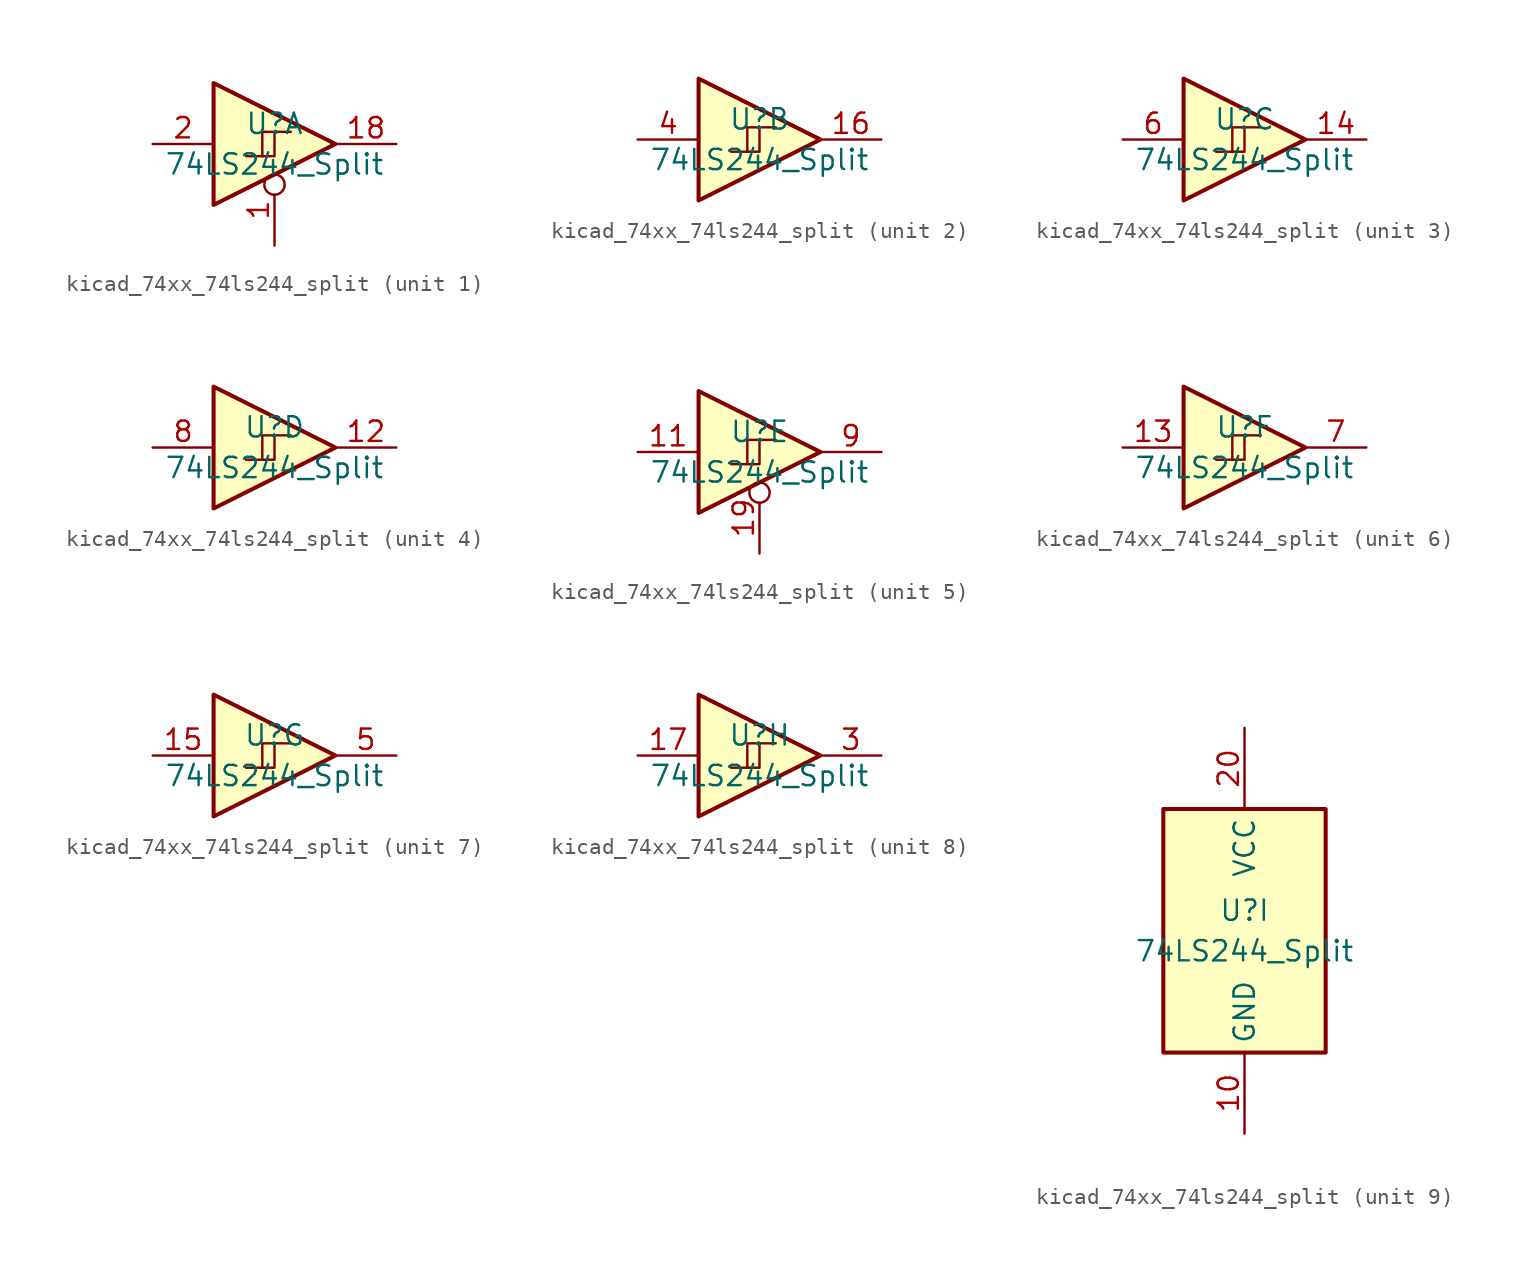
<source format=kicad_sym>
(kicad_symbol_lib
  (version 20220914)
  (generator kicad_symbol_editor)
  (symbol "kicad_74xx_74ls244_split"
    (property "Reference" "U"
      (at 0 1.27 0)
      (effects (font (size 1.27 1.27))))
    (property "Value" "74LS244_Split"
      (at 0 -1.27 0)
      (effects (font (size 1.27 1.27))))
    (property "ki_locked" ""
      (at 0 0 0)
      (effects (font (size 1.27 1.27))))
    (symbol "kicad_74xx_74ls244_split_1_0"
      (polyline (pts (xy -3.81 3.81) (xy -3.81 -3.81) (xy 3.81 0) (xy -3.81 3.81)) (stroke (width 0.254) (type default)) (fill (type background)))
      (pin input inverted (at 0 -6.35 90) (length 4.445) (name "~" (effects (font (size 1.27 1.27)))) (number "1" (effects (font (size 1.27 1.27)))))
      (pin tri_state line (at 7.62 0 180) (length 3.81) (name "~" (effects (font (size 1.27 1.27)))) (number "18" (effects (font (size 1.27 1.27)))))
      (pin input line (at -7.62 0 0) (length 3.81) (name "~" (effects (font (size 1.27 1.27)))) (number "2" (effects (font (size 1.27 1.27))))))
    (symbol "kicad_74xx_74ls244_split_1_1"
      (polyline (pts (xy 0 0.762) (xy 0 -0.762) (xy -1.778 -0.762)) (stroke (width 0) (type default)) (fill (type none)))
      (polyline (pts (xy 1.016 0.762) (xy -0.762 0.762) (xy -0.762 -0.762)) (stroke (width 0) (type default)) (fill (type none))))
    (symbol "kicad_74xx_74ls244_split_2_0"
      (polyline (pts (xy -3.81 3.81) (xy -3.81 -3.81) (xy 3.81 0) (xy -3.81 3.81)) (stroke (width 0.254) (type default)) (fill (type background)))
      (pin tri_state line (at 7.62 0 180) (length 3.81) (name "~" (effects (font (size 1.27 1.27)))) (number "16" (effects (font (size 1.27 1.27)))))
      (pin input line (at -7.62 0 0) (length 3.81) (name "~" (effects (font (size 1.27 1.27)))) (number "4" (effects (font (size 1.27 1.27))))))
    (symbol "kicad_74xx_74ls244_split_2_1"
      (polyline (pts (xy 0 0.762) (xy 0 -0.762) (xy -1.778 -0.762)) (stroke (width 0) (type default)) (fill (type none)))
      (polyline (pts (xy 1.016 0.762) (xy -0.762 0.762) (xy -0.762 -0.762)) (stroke (width 0) (type default)) (fill (type none))))
    (symbol "kicad_74xx_74ls244_split_3_0"
      (polyline (pts (xy -3.81 3.81) (xy -3.81 -3.81) (xy 3.81 0) (xy -3.81 3.81)) (stroke (width 0.254) (type default)) (fill (type background)))
      (pin tri_state line (at 7.62 0 180) (length 3.81) (name "~" (effects (font (size 1.27 1.27)))) (number "14" (effects (font (size 1.27 1.27)))))
      (pin input line (at -7.62 0 0) (length 3.81) (name "~" (effects (font (size 1.27 1.27)))) (number "6" (effects (font (size 1.27 1.27))))))
    (symbol "kicad_74xx_74ls244_split_3_1"
      (polyline (pts (xy 0 0.762) (xy 0 -0.762) (xy -1.778 -0.762)) (stroke (width 0) (type default)) (fill (type none)))
      (polyline (pts (xy 1.016 0.762) (xy -0.762 0.762) (xy -0.762 -0.762)) (stroke (width 0) (type default)) (fill (type none))))
    (symbol "kicad_74xx_74ls244_split_4_0"
      (polyline (pts (xy -3.81 3.81) (xy -3.81 -3.81) (xy 3.81 0) (xy -3.81 3.81)) (stroke (width 0.254) (type default)) (fill (type background)))
      (pin tri_state line (at 7.62 0 180) (length 3.81) (name "~" (effects (font (size 1.27 1.27)))) (number "12" (effects (font (size 1.27 1.27)))))
      (pin input line (at -7.62 0 0) (length 3.81) (name "~" (effects (font (size 1.27 1.27)))) (number "8" (effects (font (size 1.27 1.27))))))
    (symbol "kicad_74xx_74ls244_split_4_1"
      (polyline (pts (xy 0 0.762) (xy 0 -0.762) (xy -1.778 -0.762)) (stroke (width 0) (type default)) (fill (type none)))
      (polyline (pts (xy 1.016 0.762) (xy -0.762 0.762) (xy -0.762 -0.762)) (stroke (width 0) (type default)) (fill (type none))))
    (symbol "kicad_74xx_74ls244_split_5_0"
      (polyline (pts (xy -3.81 3.81) (xy -3.81 -3.81) (xy 3.81 0) (xy -3.81 3.81)) (stroke (width 0.254) (type default)) (fill (type background)))
      (pin input line (at -7.62 0 0) (length 3.81) (name "~" (effects (font (size 1.27 1.27)))) (number "11" (effects (font (size 1.27 1.27)))))
      (pin input inverted (at 0 -6.35 90) (length 4.445) (name "~" (effects (font (size 1.27 1.27)))) (number "19" (effects (font (size 1.27 1.27)))))
      (pin tri_state line (at 7.62 0 180) (length 3.81) (name "~" (effects (font (size 1.27 1.27)))) (number "9" (effects (font (size 1.27 1.27))))))
    (symbol "kicad_74xx_74ls244_split_5_1"
      (polyline (pts (xy 0 0.762) (xy 0 -0.762) (xy -1.778 -0.762)) (stroke (width 0) (type default)) (fill (type none)))
      (polyline (pts (xy 1.016 0.762) (xy -0.762 0.762) (xy -0.762 -0.762)) (stroke (width 0) (type default)) (fill (type none))))
    (symbol "kicad_74xx_74ls244_split_6_0"
      (polyline (pts (xy -3.81 3.81) (xy -3.81 -3.81) (xy 3.81 0) (xy -3.81 3.81)) (stroke (width 0.254) (type default)) (fill (type background)))
      (pin input line (at -7.62 0 0) (length 3.81) (name "~" (effects (font (size 1.27 1.27)))) (number "13" (effects (font (size 1.27 1.27)))))
      (pin tri_state line (at 7.62 0 180) (length 3.81) (name "~" (effects (font (size 1.27 1.27)))) (number "7" (effects (font (size 1.27 1.27))))))
    (symbol "kicad_74xx_74ls244_split_6_1"
      (polyline (pts (xy 0 0.762) (xy 0 -0.762) (xy -1.778 -0.762)) (stroke (width 0) (type default)) (fill (type none)))
      (polyline (pts (xy 1.016 0.762) (xy -0.762 0.762) (xy -0.762 -0.762)) (stroke (width 0) (type default)) (fill (type none))))
    (symbol "kicad_74xx_74ls244_split_7_0"
      (polyline (pts (xy -3.81 3.81) (xy -3.81 -3.81) (xy 3.81 0) (xy -3.81 3.81)) (stroke (width 0.254) (type default)) (fill (type background)))
      (pin input line (at -7.62 0 0) (length 3.81) (name "~" (effects (font (size 1.27 1.27)))) (number "15" (effects (font (size 1.27 1.27)))))
      (pin tri_state line (at 7.62 0 180) (length 3.81) (name "~" (effects (font (size 1.27 1.27)))) (number "5" (effects (font (size 1.27 1.27))))))
    (symbol "kicad_74xx_74ls244_split_7_1"
      (polyline (pts (xy 0 0.762) (xy 0 -0.762) (xy -1.778 -0.762)) (stroke (width 0) (type default)) (fill (type none)))
      (polyline (pts (xy 1.016 0.762) (xy -0.762 0.762) (xy -0.762 -0.762)) (stroke (width 0) (type default)) (fill (type none))))
    (symbol "kicad_74xx_74ls244_split_8_0"
      (polyline (pts (xy -3.81 3.81) (xy -3.81 -3.81) (xy 3.81 0) (xy -3.81 3.81)) (stroke (width 0.254) (type default)) (fill (type background)))
      (pin input line (at -7.62 0 0) (length 3.81) (name "~" (effects (font (size 1.27 1.27)))) (number "17" (effects (font (size 1.27 1.27)))))
      (pin tri_state line (at 7.62 0 180) (length 3.81) (name "~" (effects (font (size 1.27 1.27)))) (number "3" (effects (font (size 1.27 1.27))))))
    (symbol "kicad_74xx_74ls244_split_8_1"
      (polyline (pts (xy 0 0.762) (xy 0 -0.762) (xy -1.778 -0.762)) (stroke (width 0) (type default)) (fill (type none)))
      (polyline (pts (xy 1.016 0.762) (xy -0.762 0.762) (xy -0.762 -0.762)) (stroke (width 0) (type default)) (fill (type none))))
    (symbol "kicad_74xx_74ls244_split_9_0"
      (pin power_in line (at 0 -12.7 90) (length 5.08) (name "GND" (effects (font (size 1.27 1.27)))) (number "10" (effects (font (size 1.27 1.27)))))
      (pin power_in line (at 0 12.7 270) (length 5.08) (name "VCC" (effects (font (size 1.27 1.27)))) (number "20" (effects (font (size 1.27 1.27))))))
    (symbol "kicad_74xx_74ls244_split_9_1"
      (rectangle (start -5.08 7.62) (end 5.08 -7.62) (stroke (width 0.254) (type default)) (fill (type background))))))
</source>
